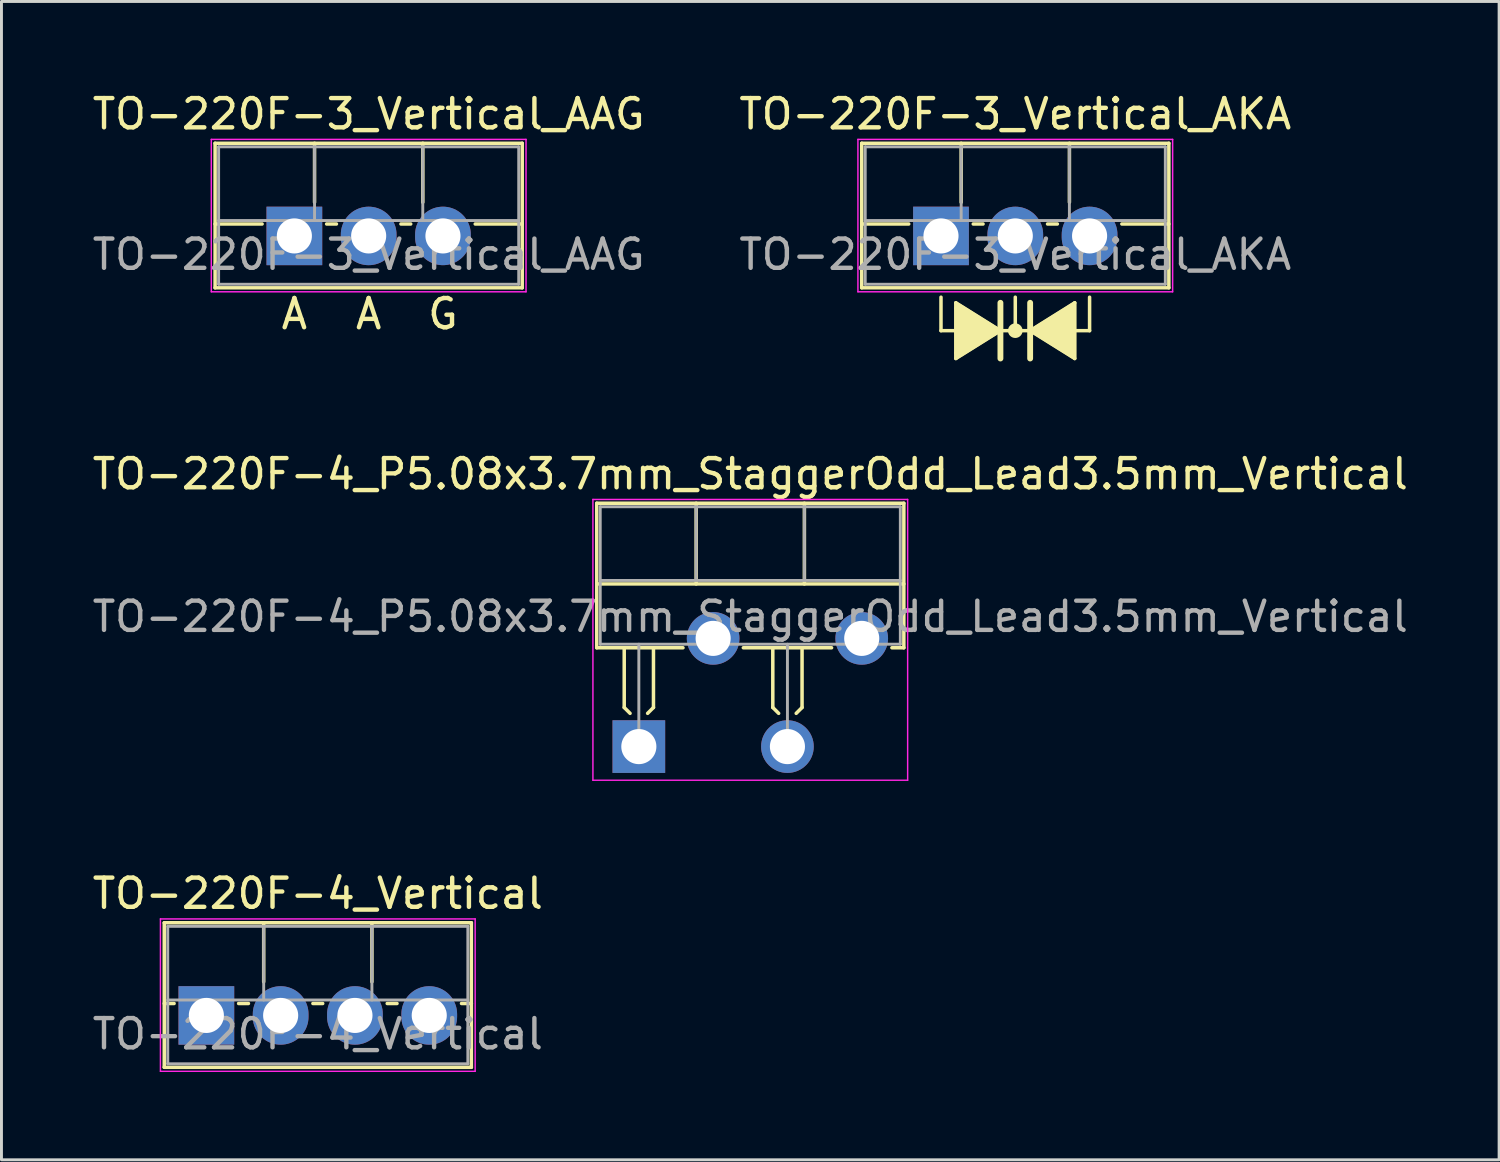
<source format=kicad_pcb>
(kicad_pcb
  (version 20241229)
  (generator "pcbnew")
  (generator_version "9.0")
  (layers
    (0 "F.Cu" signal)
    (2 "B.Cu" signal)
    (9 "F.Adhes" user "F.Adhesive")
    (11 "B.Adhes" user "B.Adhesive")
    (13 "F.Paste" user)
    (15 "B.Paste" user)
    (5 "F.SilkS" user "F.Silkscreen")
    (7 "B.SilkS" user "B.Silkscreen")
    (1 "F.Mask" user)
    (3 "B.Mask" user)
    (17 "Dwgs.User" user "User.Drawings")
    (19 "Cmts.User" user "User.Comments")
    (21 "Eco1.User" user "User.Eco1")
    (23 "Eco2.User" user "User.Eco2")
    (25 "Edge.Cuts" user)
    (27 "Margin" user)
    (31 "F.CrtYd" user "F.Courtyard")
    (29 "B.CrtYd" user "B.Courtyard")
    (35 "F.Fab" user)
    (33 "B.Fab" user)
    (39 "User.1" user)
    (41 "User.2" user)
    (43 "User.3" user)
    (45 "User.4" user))
  (footprint "TO-220F-4_P5.08x3.7mm_StaggerOdd_Lead3.5mm_Vertical"
    (layer "F.Cu")
    (at 18.791 22.475)
    (property "Reference" "TO-220F-4_P5.08x3.7mm_StaggerOdd_Lead3.5mm_Vertical" (at 3.81 -9.32 0) (layer "F.SilkS") (effects (font (size 1 1) (thickness 0.15))))
    (attr through_hole)
    (fp_line (start -1.44 -8.32) (end -1.44 -3.379) (stroke (width 0.12) (type solid)) (layer "F.SilkS"))
    (fp_line (start -1.44 -8.32) (end 9.06 -8.32) (stroke (width 0.12) (type solid)) (layer "F.SilkS"))
    (fp_line (start -1.44 -5.561) (end 9.06 -5.561) (stroke (width 0.12) (type solid)) (layer "F.SilkS"))
    (fp_line (start -1.44 -3.379) (end 1.509 -3.379) (stroke (width 0.12) (type solid)) (layer "F.SilkS"))
    (fp_line (start -0.5 -3.365) (end -0.5 -1.337) (stroke (width 0.12) (type solid)) (layer "F.SilkS"))
    (fp_line (start -0.5 -1.337) (end -0.3 -1.137) (stroke (width 0.12) (type solid)) (layer "F.SilkS"))
    (fp_line (start 0.5 -3.365) (end 0.5 -1.337) (stroke (width 0.12) (type solid)) (layer "F.SilkS"))
    (fp_line (start 0.5 -1.337) (end 0.3 -1.137) (stroke (width 0.12) (type solid)) (layer "F.SilkS"))
    (fp_line (start 1.96 -8.32) (end 1.96 -5.561) (stroke (width 0.12) (type solid)) (layer "F.SilkS"))
    (fp_line (start 3.572 -3.379) (end 6.589 -3.379) (stroke (width 0.12) (type solid)) (layer "F.SilkS"))
    (fp_line (start 4.58 -3.365) (end 4.58 -1.337) (stroke (width 0.12) (type solid)) (layer "F.SilkS"))
    (fp_line (start 4.58 -1.337) (end 4.78 -1.137) (stroke (width 0.12) (type solid)) (layer "F.SilkS"))
    (fp_line (start 5.58 -3.365) (end 5.58 -1.337) (stroke (width 0.12) (type solid)) (layer "F.SilkS"))
    (fp_line (start 5.58 -1.337) (end 5.38 -1.137) (stroke (width 0.12) (type solid)) (layer "F.SilkS"))
    (fp_line (start 5.66 -8.32) (end 5.66 -5.561) (stroke (width 0.12) (type solid)) (layer "F.SilkS"))
    (fp_line (start 8.652 -3.379) (end 9.06 -3.379) (stroke (width 0.12) (type solid)) (layer "F.SilkS"))
    (fp_line (start 9.06 -8.32) (end 9.06 -3.379) (stroke (width 0.12) (type solid)) (layer "F.SilkS"))
    (fp_line (start -1.57 -8.45) (end -1.57 1.15) (stroke (width 0.05) (type solid)) (layer "F.CrtYd"))
    (fp_line (start -1.57 1.15) (end 9.19 1.15) (stroke (width 0.05) (type solid)) (layer "F.CrtYd"))
    (fp_line (start 9.19 -8.45) (end -1.57 -8.45) (stroke (width 0.05) (type solid)) (layer "F.CrtYd"))
    (fp_line (start 9.19 1.15) (end 9.19 -8.45) (stroke (width 0.05) (type solid)) (layer "F.CrtYd"))
    (fp_line (start -1.32 -8.2) (end -1.32 -3.5) (stroke (width 0.1) (type solid)) (layer "F.Fab"))
    (fp_line (start -1.32 -5.68) (end 8.94 -5.68) (stroke (width 0.1) (type solid)) (layer "F.Fab"))
    (fp_line (start -1.32 -3.5) (end 8.94 -3.5) (stroke (width 0.1) (type solid)) (layer "F.Fab"))
    (fp_line (start 0 -3.5) (end 0 0) (stroke (width 0.1) (type solid)) (layer "F.Fab"))
    (fp_line (start 1.96 -8.2) (end 1.96 -5.68) (stroke (width 0.1) (type solid)) (layer "F.Fab"))
    (fp_line (start 5.08 -3.5) (end 5.08 0) (stroke (width 0.1) (type solid)) (layer "F.Fab"))
    (fp_line (start 5.66 -8.2) (end 5.66 -5.68) (stroke (width 0.1) (type solid)) (layer "F.Fab"))
    (fp_line (start 8.94 -8.2) (end -1.32 -8.2) (stroke (width 0.1) (type solid)) (layer "F.Fab"))
    (fp_line (start 8.94 -3.5) (end 8.94 -8.2) (stroke (width 0.1) (type solid)) (layer "F.Fab"))
    (fp_text user "${REFERENCE}" (at 3.81 -4.445 0) (layer "F.Fab") (effects (font (size 1 1) (thickness 0.15))))
    (pad "1" thru_hole rect (at 0 0) (size 1.8 1.8) (drill 1.2) (layers "*.Cu" "*.Mask"))
    (pad "2" thru_hole oval (at 2.54 -3.7) (size 1.8 1.8) (drill 1.2) (layers "*.Cu" "*.Mask"))
    (pad "3" thru_hole oval (at 5.08 0) (size 1.8 1.8) (drill 1.2) (layers "*.Cu" "*.Mask"))
    (pad "4" thru_hole oval (at 7.62 -3.7) (size 1.8 1.8) (drill 1.2) (layers "*.Cu" "*.Mask")))
  (footprint "TO-220F-3_Vertical_AAG"
    (layer "F.Cu")
    (at 7.014 5.016)
    (property "Reference" "TO-220F-3_Vertical_AAG" (at 2.54 -4.168 0) (layer "F.SilkS") (effects (font (size 1 1) (thickness 0.15))))
    (fp_line (start -2.71 -3.168) (end -2.71 1.773) (stroke (width 0.12) (type solid)) (layer "F.SilkS"))
    (fp_line (start -2.71 -3.168) (end 7.79 -3.168) (stroke (width 0.12) (type solid)) (layer "F.SilkS"))
    (fp_line (start -2.71 -0.408) (end -1.103 -0.408) (stroke (width 0.12) (type solid)) (layer "F.SilkS"))
    (fp_line (start -2.71 1.773) (end 7.79 1.773) (stroke (width 0.12) (type solid)) (layer "F.SilkS"))
    (fp_line (start 0.69 -3.168) (end 0.69 -1.15) (stroke (width 0.12) (type solid)) (layer "F.SilkS"))
    (fp_line (start 1.103 -0.408) (end 1.438 -0.408) (stroke (width 0.12) (type solid)) (layer "F.SilkS"))
    (fp_line (start 3.643 -0.408) (end 3.978 -0.408) (stroke (width 0.12) (type solid)) (layer "F.SilkS"))
    (fp_line (start 4.391 -3.168) (end 4.391 -1.15) (stroke (width 0.12) (type solid)) (layer "F.SilkS"))
    (fp_line (start 6.183 -0.408) (end 7.79 -0.408) (stroke (width 0.12) (type solid)) (layer "F.SilkS"))
    (fp_line (start 7.79 -3.168) (end 7.79 1.773) (stroke (width 0.12) (type solid)) (layer "F.SilkS"))
    (fp_line (start -2.84 -3.3) (end -2.84 1.91) (stroke (width 0.05) (type solid)) (layer "F.CrtYd"))
    (fp_line (start -2.84 1.91) (end 7.92 1.91) (stroke (width 0.05) (type solid)) (layer "F.CrtYd"))
    (fp_line (start 7.92 -3.3) (end -2.84 -3.3) (stroke (width 0.05) (type solid)) (layer "F.CrtYd"))
    (fp_line (start 7.92 1.91) (end 7.92 -3.3) (stroke (width 0.05) (type solid)) (layer "F.CrtYd"))
    (fp_line (start -2.59 -3.047) (end -2.59 1.653) (stroke (width 0.1) (type solid)) (layer "F.Fab"))
    (fp_line (start -2.59 -0.527) (end 7.67 -0.527) (stroke (width 0.1) (type solid)) (layer "F.Fab"))
    (fp_line (start -2.59 1.653) (end 7.67 1.653) (stroke (width 0.1) (type solid)) (layer "F.Fab"))
    (fp_line (start 0.69 -3.047) (end 0.69 -0.527) (stroke (width 0.1) (type solid)) (layer "F.Fab"))
    (fp_line (start 4.39 -3.047) (end 4.39 -0.527) (stroke (width 0.1) (type solid)) (layer "F.Fab"))
    (fp_line (start 7.67 -3.047) (end -2.59 -3.047) (stroke (width 0.1) (type solid)) (layer "F.Fab"))
    (fp_line (start 7.67 1.653) (end 7.67 -3.047) (stroke (width 0.1) (type solid)) (layer "F.Fab"))
    (fp_text user "G" (at 5.08 2.667 0) (unlocked yes) (layer "F.SilkS") (effects (font (size 1 1) (thickness 0.15))))
    (fp_text user "A" (at 0 2.667 0) (unlocked yes) (layer "F.SilkS") (effects (font (size 1 1) (thickness 0.15))))
    (fp_text user "A" (at 2.54 2.667 0) (unlocked yes) (layer "F.SilkS") (effects (font (size 1 1) (thickness 0.15))))
    (fp_text user "${REFERENCE}" (at 2.54 0.635 0) (layer "F.Fab") (effects (font (size 1 1) (thickness 0.15))))
    (pad "1" thru_hole rect (at 0 0) (size 1.905 2) (drill 1.2) (layers "*.Cu" "*.Mask"))
    (pad "2" thru_hole oval (at 2.54 0) (size 1.905 2) (drill 1.2) (layers "*.Cu" "*.Mask"))
    (pad "3" thru_hole oval (at 5.08 0) (size 1.905 2) (drill 1.2) (layers "*.Cu" "*.Mask")))
  (footprint "TO-220F-3_Vertical_AKA"
    (layer "F.Cu")
    (at 29.121 5.016)
    (property "Reference" "TO-220F-3_Vertical_AKA" (at 2.54 -4.168 0) (layer "F.SilkS") (effects (font (size 1 1) (thickness 0.15))))
    (attr through_hole)
    (fp_line (start -2.71 -3.168) (end -2.71 1.773) (stroke (width 0.12) (type solid)) (layer "F.SilkS"))
    (fp_line (start -2.71 -3.168) (end 7.79 -3.168) (stroke (width 0.12) (type solid)) (layer "F.SilkS"))
    (fp_line (start -2.71 -0.408) (end -1.103 -0.408) (stroke (width 0.12) (type solid)) (layer "F.SilkS"))
    (fp_line (start -2.71 1.773) (end 7.79 1.773) (stroke (width 0.12) (type solid)) (layer "F.SilkS"))
    (fp_line (start 0 2.095) (end 0 3.239) (stroke (width 0.12) (type solid)) (layer "F.SilkS"))
    (fp_line (start 0 3.239) (end 0.508 3.239) (stroke (width 0.12) (type solid)) (layer "F.SilkS"))
    (fp_line (start 0.508 2.477) (end 0.508 2.286) (stroke (width 0.12) (type solid)) (layer "F.SilkS"))
    (fp_line (start 0.508 2.477) (end 0.508 4) (stroke (width 0.12) (type solid)) (layer "F.SilkS"))
    (fp_line (start 0.508 4) (end 0.508 4.191) (stroke (width 0.12) (type solid)) (layer "F.SilkS"))
    (fp_line (start 0.69 -3.168) (end 0.69 -1.15) (stroke (width 0.12) (type solid)) (layer "F.SilkS"))
    (fp_line (start 1.103 -0.408) (end 1.438 -0.408) (stroke (width 0.12) (type solid)) (layer "F.SilkS"))
    (fp_line (start 2.032 3.239) (end 0.508 2.286) (stroke (width 0.12) (type solid)) (layer "F.SilkS"))
    (fp_line (start 2.032 3.239) (end 0.508 4.191) (stroke (width 0.12) (type solid)) (layer "F.SilkS"))
    (fp_line (start 2.032 4.191) (end 2.032 2.286) (stroke (width 0.2) (type solid)) (layer "F.SilkS"))
    (fp_line (start 2.54 2.095) (end 2.54 3.239) (stroke (width 0.12) (type solid)) (layer "F.SilkS"))
    (fp_line (start 2.54 3.239) (end 2.032 3.239) (stroke (width 0.12) (type solid)) (layer "F.SilkS"))
    (fp_line (start 2.54 3.239) (end 3.048 3.239) (stroke (width 0.12) (type solid)) (layer "F.SilkS"))
    (fp_line (start 3.048 2.286) (end 3.048 4.191) (stroke (width 0.2) (type solid)) (layer "F.SilkS"))
    (fp_line (start 3.048 3.239) (end 4.572 4.191) (stroke (width 0.12) (type solid)) (layer "F.SilkS"))
    (fp_line (start 3.643 -0.408) (end 3.978 -0.408) (stroke (width 0.12) (type solid)) (layer "F.SilkS"))
    (fp_line (start 4.391 -3.168) (end 4.391 -1.15) (stroke (width 0.12) (type solid)) (layer "F.SilkS"))
    (fp_line (start 4.572 2.286) (end 3.048 3.239) (stroke (width 0.12) (type solid)) (layer "F.SilkS"))
    (fp_line (start 4.572 4.191) (end 4.572 2.286) (stroke (width 0.12) (type solid)) (layer "F.SilkS"))
    (fp_line (start 5.08 2.095) (end 5.08 3.239) (stroke (width 0.12) (type solid)) (layer "F.SilkS"))
    (fp_line (start 5.08 3.239) (end 4.572 3.239) (stroke (width 0.12) (type solid)) (layer "F.SilkS"))
    (fp_line (start 6.183 -0.408) (end 7.79 -0.408) (stroke (width 0.12) (type solid)) (layer "F.SilkS"))
    (fp_line (start 7.79 -3.168) (end 7.79 1.773) (stroke (width 0.12) (type solid)) (layer "F.SilkS"))
    (fp_circle (center 2.54 3.239) (end 2.54 3.302) (stroke (width 0.12) (type solid)) (fill no) (layer "F.SilkS"))
    (fp_circle (center 2.54 3.239) (end 2.54 3.365) (stroke (width 0.12) (type solid)) (fill no) (layer "F.SilkS"))
    (fp_circle (center 2.54 3.239) (end 2.54 3.429) (stroke (width 0.12) (type solid)) (fill no) (layer "F.SilkS"))
    (fp_poly (pts (xy 2.032 3.239) (xy 0.508 4.191) (xy 0.508 2.286)) (stroke (width 0.1) (type solid)) (fill yes) (layer "F.SilkS"))
    (fp_poly (pts (xy 4.572 4.191) (xy 3.048 3.239) (xy 4.572 2.286)) (stroke (width 0.1) (type solid)) (fill yes) (layer "F.SilkS"))
    (fp_line (start -2.84 -3.3) (end -2.84 1.91) (stroke (width 0.05) (type solid)) (layer "F.CrtYd"))
    (fp_line (start -2.84 1.91) (end 7.92 1.91) (stroke (width 0.05) (type solid)) (layer "F.CrtYd"))
    (fp_line (start 7.92 -3.3) (end -2.84 -3.3) (stroke (width 0.05) (type solid)) (layer "F.CrtYd"))
    (fp_line (start 7.92 1.91) (end 7.92 -3.3) (stroke (width 0.05) (type solid)) (layer "F.CrtYd"))
    (fp_line (start -2.59 -3.047) (end -2.59 1.653) (stroke (width 0.1) (type solid)) (layer "F.Fab"))
    (fp_line (start -2.59 -0.527) (end 7.67 -0.527) (stroke (width 0.1) (type solid)) (layer "F.Fab"))
    (fp_line (start -2.59 1.653) (end 7.67 1.653) (stroke (width 0.1) (type solid)) (layer "F.Fab"))
    (fp_line (start 0.69 -3.047) (end 0.69 -0.527) (stroke (width 0.1) (type solid)) (layer "F.Fab"))
    (fp_line (start 4.39 -3.047) (end 4.39 -0.527) (stroke (width 0.1) (type solid)) (layer "F.Fab"))
    (fp_line (start 7.67 -3.047) (end -2.59 -3.047) (stroke (width 0.1) (type solid)) (layer "F.Fab"))
    (fp_line (start 7.67 1.653) (end 7.67 -3.047) (stroke (width 0.1) (type solid)) (layer "F.Fab"))
    (fp_text user "${REFERENCE}" (at 2.54 0.635 0) (layer "F.Fab") (effects (font (size 1 1) (thickness 0.15))))
    (pad "1" thru_hole rect (at 0 0) (size 1.905 2) (drill 1.2) (layers "*.Cu" "*.Mask"))
    (pad "2" thru_hole oval (at 2.54 0) (size 1.905 2) (drill 1.2) (layers "*.Cu" "*.Mask"))
    (pad "3" thru_hole oval (at 5.08 0) (size 1.905 2) (drill 1.2) (layers "*.Cu" "*.Mask")))
  (footprint "TO-220F-4_Vertical"
    (layer "F.Cu")
    (at 4.005 31.666)
    (property "Reference" "TO-220F-4_Vertical" (at 3.81 -4.168 0) (layer "F.SilkS") (effects (font (size 1 1) (thickness 0.15))))
    (attr through_hole)
    (fp_line (start -1.44 -3.168) (end -1.44 1.773) (stroke (width 0.12) (type solid)) (layer "F.SilkS"))
    (fp_line (start -1.44 -3.168) (end 9.06 -3.168) (stroke (width 0.12) (type solid)) (layer "F.SilkS"))
    (fp_line (start -1.44 -0.408) (end -1.103 -0.408) (stroke (width 0.12) (type solid)) (layer "F.SilkS"))
    (fp_line (start -1.44 1.773) (end 9.06 1.773) (stroke (width 0.12) (type solid)) (layer "F.SilkS"))
    (fp_line (start 1.103 -0.408) (end 1.438 -0.408) (stroke (width 0.12) (type solid)) (layer "F.SilkS"))
    (fp_line (start 1.96 -3.168) (end 1.96 -1.15) (stroke (width 0.12) (type solid)) (layer "F.SilkS"))
    (fp_line (start 3.643 -0.408) (end 3.978 -0.408) (stroke (width 0.12) (type solid)) (layer "F.SilkS"))
    (fp_line (start 5.66 -3.168) (end 5.66 -1.15) (stroke (width 0.12) (type solid)) (layer "F.SilkS"))
    (fp_line (start 6.183 -0.408) (end 6.518 -0.408) (stroke (width 0.12) (type solid)) (layer "F.SilkS"))
    (fp_line (start 8.723 -0.408) (end 9.06 -0.408) (stroke (width 0.12) (type solid)) (layer "F.SilkS"))
    (fp_line (start 9.06 -3.168) (end 9.06 1.773) (stroke (width 0.12) (type solid)) (layer "F.SilkS"))
    (fp_line (start -1.57 -3.3) (end -1.57 1.91) (stroke (width 0.05) (type solid)) (layer "F.CrtYd"))
    (fp_line (start -1.57 1.91) (end 9.19 1.91) (stroke (width 0.05) (type solid)) (layer "F.CrtYd"))
    (fp_line (start 9.19 -3.3) (end -1.57 -3.3) (stroke (width 0.05) (type solid)) (layer "F.CrtYd"))
    (fp_line (start 9.19 1.91) (end 9.19 -3.3) (stroke (width 0.05) (type solid)) (layer "F.CrtYd"))
    (fp_line (start -1.32 -3.047) (end -1.32 1.653) (stroke (width 0.1) (type solid)) (layer "F.Fab"))
    (fp_line (start -1.32 -0.527) (end 8.94 -0.527) (stroke (width 0.1) (type solid)) (layer "F.Fab"))
    (fp_line (start -1.32 1.653) (end 8.94 1.653) (stroke (width 0.1) (type solid)) (layer "F.Fab"))
    (fp_line (start 1.96 -3.047) (end 1.96 -0.527) (stroke (width 0.1) (type solid)) (layer "F.Fab"))
    (fp_line (start 5.66 -3.047) (end 5.66 -0.527) (stroke (width 0.1) (type solid)) (layer "F.Fab"))
    (fp_line (start 8.94 -3.047) (end -1.32 -3.047) (stroke (width 0.1) (type solid)) (layer "F.Fab"))
    (fp_line (start 8.94 1.653) (end 8.94 -3.047) (stroke (width 0.1) (type solid)) (layer "F.Fab"))
    (fp_text user "${REFERENCE}" (at 3.81 0.635 0) (layer "F.Fab") (effects (font (size 1 1) (thickness 0.15))))
    (pad "1" thru_hole rect (at 0 0) (size 1.905 2) (drill 1.2) (layers "*.Cu" "*.Mask"))
    (pad "2" thru_hole oval (at 2.54 0) (size 1.905 2) (drill 1.2) (layers "*.Cu" "*.Mask"))
    (pad "3" thru_hole oval (at 5.08 0) (size 1.905 2) (drill 1.2) (layers "*.Cu" "*.Mask"))
    (pad "4" thru_hole oval (at 7.62 0) (size 1.905 2) (drill 1.2) (layers "*.Cu" "*.Mask")))
  (gr_rect
    (start -3 -3)
    (end 48.202 36.601)
    (stroke (width 0.1) (type default))
    (fill no)
    (layer "Edge.Cuts")))
</source>
